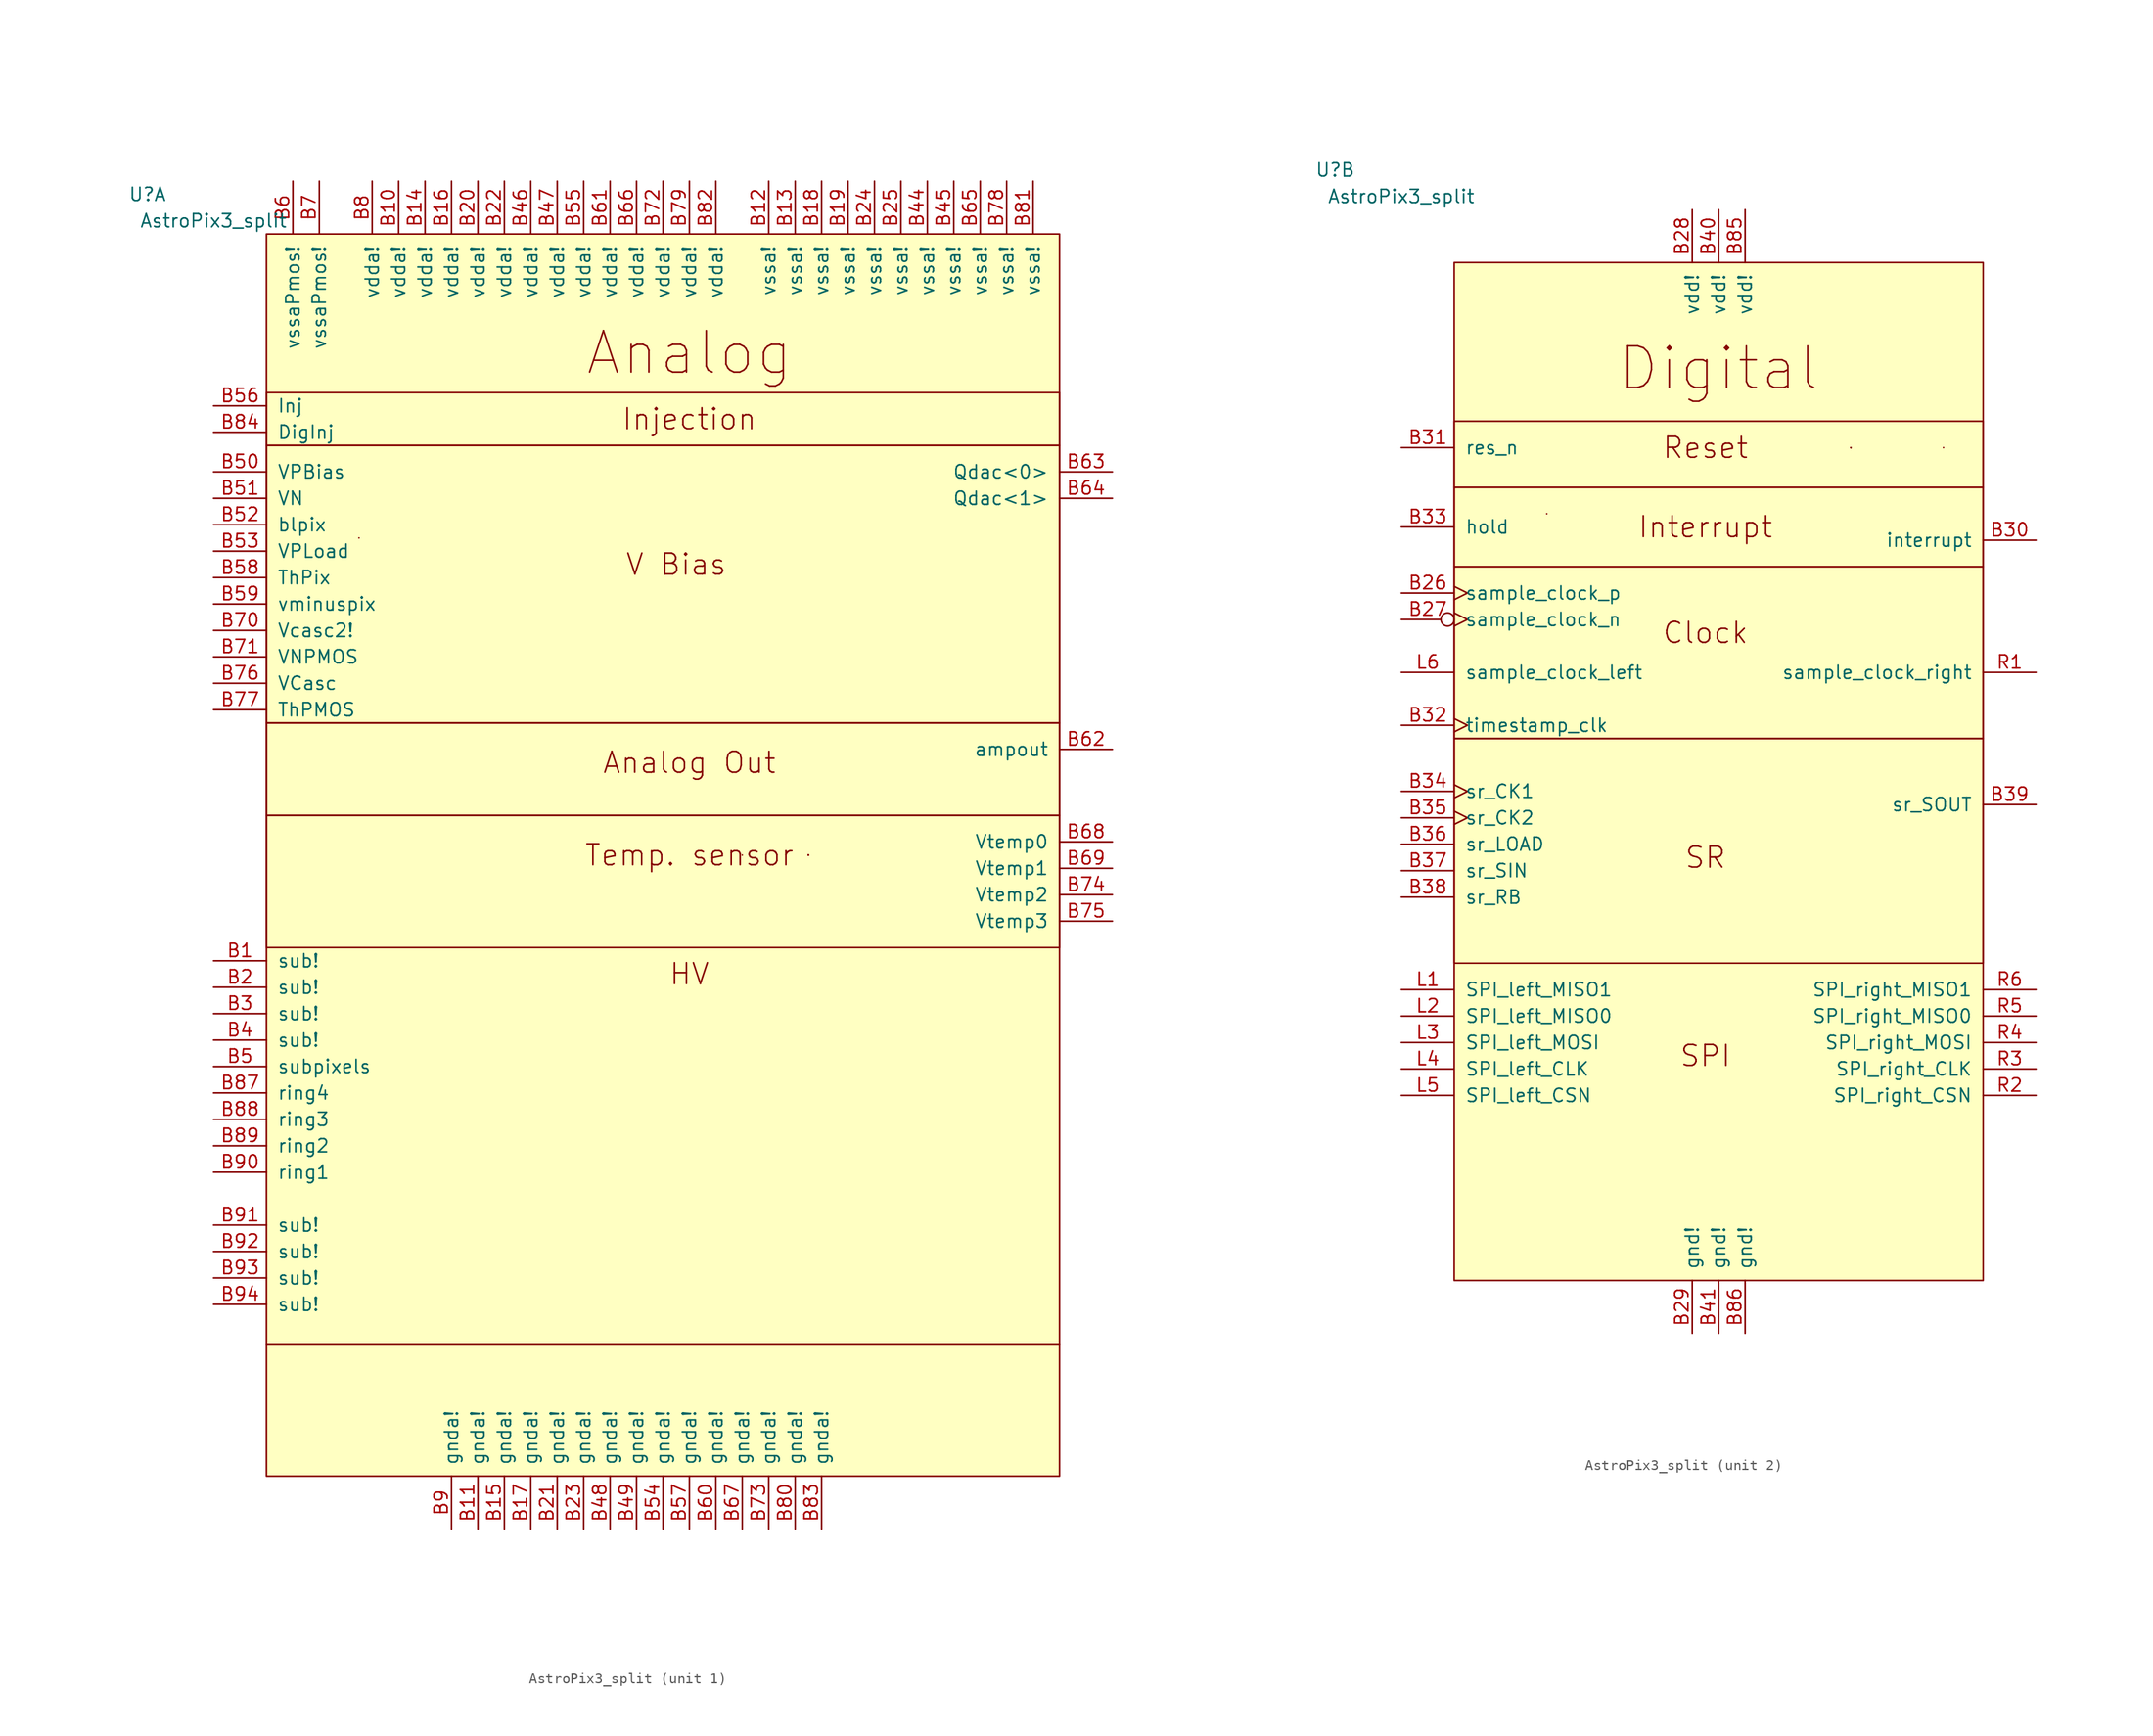
<source format=kicad_sym>
(kicad_symbol_lib
  (version 20211014)
  (generator kicad_symbol_editor)
  (symbol "AstroPix3_split"
    (pin_names
      (offset 1.016))
    (property "Reference" "U"
      (at -36.83 40.64 0)
      (effects (font (size 1.27 1.27))))
    (property "Value" "AstroPix3_split"
      (at -30.48 38.1 0)
      (effects (font (size 1.27 1.27))))
    (property "ki_locked" ""
      (at 0 0 0)
      (effects (font (size 1.27 1.27))))
    (symbol "AstroPix3_split_0_1"
      (polyline (pts (xy -16.51 7.62) (xy -16.51 7.62)) (stroke (width 0) (type default) (color 0 0 0 0)) (fill (type none))))
    (symbol "AstroPix3_split_1_1"
      (rectangle (start -25.4 -19.05) (end 50.8 -31.75) (stroke (width 0) (type default) (color 0 0 0 0)) (fill (type none)))
      (rectangle (start -25.4 -10.16) (end 50.8 -19.05) (stroke (width 0) (type default) (color 0 0 0 0)) (fill (type none)))
      (rectangle (start -25.4 16.51) (end 50.8 -10.16) (stroke (width 0) (type default) (color 0 0 0 0)) (fill (type none)))
      (rectangle (start -25.4 21.59) (end 50.8 16.51) (stroke (width 0) (type default) (color 0 0 0 0)) (fill (type none)))
      (rectangle (start -25.4 36.83) (end 50.8 -82.55) (stroke (width 0) (type default) (color 0 0 0 0)) (fill (type background)))
      (polyline (pts (xy -25.4 -69.85) (xy 50.8 -69.85)) (stroke (width 0) (type default) (color 0 0 0 0)) (fill (type none)))
      (polyline (pts (xy 20.32 -22.86) (xy 20.32 -22.86)) (stroke (width 0) (type default) (color 0 0 0 0)) (fill (type none)))
      (polyline (pts (xy 26.67 -22.86) (xy 26.67 -22.86)) (stroke (width 0) (type default) (color 0 0 0 0)) (fill (type none)))
      (polyline (pts (xy 26.67 -22.86) (xy 26.67 -22.86)) (stroke (width 0) (type default) (color 0 0 0 0)) (fill (type none)))
      (polyline (pts (xy 26.67 -22.86) (xy 26.67 -22.86)) (stroke (width 0) (type default) (color 0 0 0 0)) (fill (type none)))
      (polyline (pts (xy 26.67 -22.86) (xy 26.67 -22.86)) (stroke (width 0) (type default) (color 0 0 0 0)) (fill (type none)))
      (polyline (pts (xy 26.67 -22.86) (xy 26.67 -22.86)) (stroke (width 0) (type default) (color 0 0 0 0)) (fill (type none)))
      (text "Analog" (at 15.24 25.4 0) (effects (font (size 3.988 3.988))))
      (text "Analog Out" (at 15.24 -13.97 0) (effects (font (size 2.007 2.007))))
      (text "HV" (at 15.24 -34.29 0) (effects (font (size 2.007 2.007))))
      (text "Injection" (at 15.24 19.05 0) (effects (font (size 2.007 2.007))))
      (text "Temp. sensor" (at 15.24 -22.86 0) (effects (font (size 2.007 2.007))))
      (text "V Bias" (at 13.97 5.08 0) (effects (font (size 2.007 2.007))))
      (pin power_in line (at -30.48 -33.02 0) (length 5.08) (name "sub!" (effects (font (size 1.27 1.27)))) (number "B1" (effects (font (size 1.27 1.27)))))
      (pin power_in line (at -12.7 41.91 270) (length 5.08) (name "vdda!" (effects (font (size 1.27 1.27)))) (number "B10" (effects (font (size 1.27 1.27)))))
      (pin power_in line (at -5.08 -87.63 90) (length 5.08) (name "gnda!" (effects (font (size 1.27 1.27)))) (number "B11" (effects (font (size 1.27 1.27)))))
      (pin power_in line (at 22.86 41.91 270) (length 5.08) (name "vssa!" (effects (font (size 1.27 1.27)))) (number "B12" (effects (font (size 1.27 1.27)))))
      (pin power_in line (at 25.4 41.91 270) (length 5.08) (name "vssa!" (effects (font (size 1.27 1.27)))) (number "B13" (effects (font (size 1.27 1.27)))))
      (pin power_in line (at -10.16 41.91 270) (length 5.08) (name "vdda!" (effects (font (size 1.27 1.27)))) (number "B14" (effects (font (size 1.27 1.27)))))
      (pin power_in line (at -2.54 -87.63 90) (length 5.08) (name "gnda!" (effects (font (size 1.27 1.27)))) (number "B15" (effects (font (size 1.27 1.27)))))
      (pin power_in line (at -7.62 41.91 270) (length 5.08) (name "vdda!" (effects (font (size 1.27 1.27)))) (number "B16" (effects (font (size 1.27 1.27)))))
      (pin power_in line (at 0 -87.63 90) (length 5.08) (name "gnda!" (effects (font (size 1.27 1.27)))) (number "B17" (effects (font (size 1.27 1.27)))))
      (pin power_in line (at 27.94 41.91 270) (length 5.08) (name "vssa!" (effects (font (size 1.27 1.27)))) (number "B18" (effects (font (size 1.27 1.27)))))
      (pin power_in line (at 30.48 41.91 270) (length 5.08) (name "vssa!" (effects (font (size 1.27 1.27)))) (number "B19" (effects (font (size 1.27 1.27)))))
      (pin power_in line (at -30.48 -35.56 0) (length 5.08) (name "sub!" (effects (font (size 1.27 1.27)))) (number "B2" (effects (font (size 1.27 1.27)))))
      (pin power_in line (at -5.08 41.91 270) (length 5.08) (name "vdda!" (effects (font (size 1.27 1.27)))) (number "B20" (effects (font (size 1.27 1.27)))))
      (pin power_in line (at 2.54 -87.63 90) (length 5.08) (name "gnda!" (effects (font (size 1.27 1.27)))) (number "B21" (effects (font (size 1.27 1.27)))))
      (pin power_in line (at -2.54 41.91 270) (length 5.08) (name "vdda!" (effects (font (size 1.27 1.27)))) (number "B22" (effects (font (size 1.27 1.27)))))
      (pin power_in line (at 5.08 -87.63 90) (length 5.08) (name "gnda!" (effects (font (size 1.27 1.27)))) (number "B23" (effects (font (size 1.27 1.27)))))
      (pin power_in line (at 33.02 41.91 270) (length 5.08) (name "vssa!" (effects (font (size 1.27 1.27)))) (number "B24" (effects (font (size 1.27 1.27)))))
      (pin power_in line (at 35.56 41.91 270) (length 5.08) (name "vssa!" (effects (font (size 1.27 1.27)))) (number "B25" (effects (font (size 1.27 1.27)))))
      (pin power_in line (at -30.48 -38.1 0) (length 5.08) (name "sub!" (effects (font (size 1.27 1.27)))) (number "B3" (effects (font (size 1.27 1.27)))))
      (pin power_in line (at -30.48 -40.64 0) (length 5.08) (name "sub!" (effects (font (size 1.27 1.27)))) (number "B4" (effects (font (size 1.27 1.27)))))
      (pin no_connect line (at 53.34 -52.07 180) (length 2.54) hide (name "nc" (effects (font (size 1.27 1.27)))) (number "B42" (effects (font (size 1.27 1.27)))))
      (pin no_connect line (at 53.34 -54.61 180) (length 2.54) hide (name "nc" (effects (font (size 1.27 1.27)))) (number "B43" (effects (font (size 1.27 1.27)))))
      (pin power_in line (at 38.1 41.91 270) (length 5.08) (name "vssa!" (effects (font (size 1.27 1.27)))) (number "B44" (effects (font (size 1.27 1.27)))))
      (pin power_in line (at 40.64 41.91 270) (length 5.08) (name "vssa!" (effects (font (size 1.27 1.27)))) (number "B45" (effects (font (size 1.27 1.27)))))
      (pin power_in line (at 0 41.91 270) (length 5.08) (name "vdda!" (effects (font (size 1.27 1.27)))) (number "B46" (effects (font (size 1.27 1.27)))))
      (pin power_in line (at 2.54 41.91 270) (length 5.08) (name "vdda!" (effects (font (size 1.27 1.27)))) (number "B47" (effects (font (size 1.27 1.27)))))
      (pin power_in line (at 7.62 -87.63 90) (length 5.08) (name "gnda!" (effects (font (size 1.27 1.27)))) (number "B48" (effects (font (size 1.27 1.27)))))
      (pin power_in line (at 10.16 -87.63 90) (length 5.08) (name "gnda!" (effects (font (size 1.27 1.27)))) (number "B49" (effects (font (size 1.27 1.27)))))
      (pin power_in line (at -30.48 -43.18 0) (length 5.08) (name "subpixels" (effects (font (size 1.27 1.27)))) (number "B5" (effects (font (size 1.27 1.27)))))
      (pin input line (at -30.48 13.97 0) (length 5.08) (name "VPBias" (effects (font (size 1.27 1.27)))) (number "B50" (effects (font (size 1.27 1.27)))))
      (pin input line (at -30.48 11.43 0) (length 5.08) (name "VN" (effects (font (size 1.27 1.27)))) (number "B51" (effects (font (size 1.27 1.27)))))
      (pin input line (at -30.48 8.89 0) (length 5.08) (name "blpix" (effects (font (size 1.27 1.27)))) (number "B52" (effects (font (size 1.27 1.27)))))
      (pin input line (at -30.48 6.35 0) (length 5.08) (name "VPLoad" (effects (font (size 1.27 1.27)))) (number "B53" (effects (font (size 1.27 1.27)))))
      (pin power_in line (at 12.7 -87.63 90) (length 5.08) (name "gnda!" (effects (font (size 1.27 1.27)))) (number "B54" (effects (font (size 1.27 1.27)))))
      (pin power_in line (at 5.08 41.91 270) (length 5.08) (name "vdda!" (effects (font (size 1.27 1.27)))) (number "B55" (effects (font (size 1.27 1.27)))))
      (pin input line (at -30.48 20.32 0) (length 5.08) (name "Inj" (effects (font (size 1.27 1.27)))) (number "B56" (effects (font (size 1.27 1.27)))))
      (pin power_in line (at 15.24 -87.63 90) (length 5.08) (name "gnda!" (effects (font (size 1.27 1.27)))) (number "B57" (effects (font (size 1.27 1.27)))))
      (pin input line (at -30.48 3.81 0) (length 5.08) (name "ThPix" (effects (font (size 1.27 1.27)))) (number "B58" (effects (font (size 1.27 1.27)))))
      (pin input line (at -30.48 1.27 0) (length 5.08) (name "vminuspix" (effects (font (size 1.27 1.27)))) (number "B59" (effects (font (size 1.27 1.27)))))
      (pin power_in line (at -22.86 41.91 270) (length 5.08) (name "vssaPmos!" (effects (font (size 1.27 1.27)))) (number "B6" (effects (font (size 1.27 1.27)))))
      (pin power_in line (at 17.78 -87.63 90) (length 5.08) (name "gnda!" (effects (font (size 1.27 1.27)))) (number "B60" (effects (font (size 1.27 1.27)))))
      (pin power_in line (at 7.62 41.91 270) (length 5.08) (name "vdda!" (effects (font (size 1.27 1.27)))) (number "B61" (effects (font (size 1.27 1.27)))))
      (pin output line (at 55.88 -12.7 180) (length 5.08) (name "ampout" (effects (font (size 1.27 1.27)))) (number "B62" (effects (font (size 1.27 1.27)))))
      (pin output line (at 55.88 13.97 180) (length 5.08) (name "Qdac<0>" (effects (font (size 1.27 1.27)))) (number "B63" (effects (font (size 1.27 1.27)))))
      (pin output line (at 55.88 11.43 180) (length 5.08) (name "Qdac<1>" (effects (font (size 1.27 1.27)))) (number "B64" (effects (font (size 1.27 1.27)))))
      (pin power_in line (at 43.18 41.91 270) (length 5.08) (name "vssa!" (effects (font (size 1.27 1.27)))) (number "B65" (effects (font (size 1.27 1.27)))))
      (pin power_in line (at 10.16 41.91 270) (length 5.08) (name "vdda!" (effects (font (size 1.27 1.27)))) (number "B66" (effects (font (size 1.27 1.27)))))
      (pin power_in line (at 20.32 -87.63 90) (length 5.08) (name "gnda!" (effects (font (size 1.27 1.27)))) (number "B67" (effects (font (size 1.27 1.27)))))
      (pin output line (at 55.88 -21.59 180) (length 5.08) (name "Vtemp0" (effects (font (size 1.27 1.27)))) (number "B68" (effects (font (size 1.27 1.27)))))
      (pin output line (at 55.88 -24.13 180) (length 5.08) (name "Vtemp1" (effects (font (size 1.27 1.27)))) (number "B69" (effects (font (size 1.27 1.27)))))
      (pin power_in line (at -20.32 41.91 270) (length 5.08) (name "vssaPmos!" (effects (font (size 1.27 1.27)))) (number "B7" (effects (font (size 1.27 1.27)))))
      (pin input line (at -30.48 -1.27 0) (length 5.08) (name "Vcasc2!" (effects (font (size 1.27 1.27)))) (number "B70" (effects (font (size 1.27 1.27)))))
      (pin input line (at -30.48 -3.81 0) (length 5.08) (name "VNPMOS" (effects (font (size 1.27 1.27)))) (number "B71" (effects (font (size 1.27 1.27)))))
      (pin power_in line (at 12.7 41.91 270) (length 5.08) (name "vdda!" (effects (font (size 1.27 1.27)))) (number "B72" (effects (font (size 1.27 1.27)))))
      (pin power_in line (at 22.86 -87.63 90) (length 5.08) (name "gnda!" (effects (font (size 1.27 1.27)))) (number "B73" (effects (font (size 1.27 1.27)))))
      (pin output line (at 55.88 -26.67 180) (length 5.08) (name "Vtemp2" (effects (font (size 1.27 1.27)))) (number "B74" (effects (font (size 1.27 1.27)))))
      (pin output line (at 55.88 -29.21 180) (length 5.08) (name "Vtemp3" (effects (font (size 1.27 1.27)))) (number "B75" (effects (font (size 1.27 1.27)))))
      (pin input line (at -30.48 -6.35 0) (length 5.08) (name "VCasc" (effects (font (size 1.27 1.27)))) (number "B76" (effects (font (size 1.27 1.27)))))
      (pin input line (at -30.48 -8.89 0) (length 5.08) (name "ThPMOS" (effects (font (size 1.27 1.27)))) (number "B77" (effects (font (size 1.27 1.27)))))
      (pin power_in line (at 45.72 41.91 270) (length 5.08) (name "vssa!" (effects (font (size 1.27 1.27)))) (number "B78" (effects (font (size 1.27 1.27)))))
      (pin power_in line (at 15.24 41.91 270) (length 5.08) (name "vdda!" (effects (font (size 1.27 1.27)))) (number "B79" (effects (font (size 1.27 1.27)))))
      (pin power_in line (at -15.24 41.91 270) (length 5.08) (name "vdda!" (effects (font (size 1.27 1.27)))) (number "B8" (effects (font (size 1.27 1.27)))))
      (pin power_in line (at 25.4 -87.63 90) (length 5.08) (name "gnda!" (effects (font (size 1.27 1.27)))) (number "B80" (effects (font (size 1.27 1.27)))))
      (pin power_in line (at 48.26 41.91 270) (length 5.08) (name "vssa!" (effects (font (size 1.27 1.27)))) (number "B81" (effects (font (size 1.27 1.27)))))
      (pin power_in line (at 17.78 41.91 270) (length 5.08) (name "vdda!" (effects (font (size 1.27 1.27)))) (number "B82" (effects (font (size 1.27 1.27)))))
      (pin power_in line (at 27.94 -87.63 90) (length 5.08) (name "gnda!" (effects (font (size 1.27 1.27)))) (number "B83" (effects (font (size 1.27 1.27)))))
      (pin input line (at -30.48 17.78 0) (length 5.08) (name "DigInj" (effects (font (size 1.27 1.27)))) (number "B84" (effects (font (size 1.27 1.27)))))
      (pin input line (at -30.48 -45.72 0) (length 5.08) (name "ring4" (effects (font (size 1.27 1.27)))) (number "B87" (effects (font (size 1.27 1.27)))))
      (pin input line (at -30.48 -48.26 0) (length 5.08) (name "ring3" (effects (font (size 1.27 1.27)))) (number "B88" (effects (font (size 1.27 1.27)))))
      (pin input line (at -30.48 -50.8 0) (length 5.08) (name "ring2" (effects (font (size 1.27 1.27)))) (number "B89" (effects (font (size 1.27 1.27)))))
      (pin power_in line (at -7.62 -87.63 90) (length 5.08) (name "gnda!" (effects (font (size 1.27 1.27)))) (number "B9" (effects (font (size 1.27 1.27)))))
      (pin input line (at -30.48 -53.34 0) (length 5.08) (name "ring1" (effects (font (size 1.27 1.27)))) (number "B90" (effects (font (size 1.27 1.27)))))
      (pin power_in line (at -30.48 -58.42 0) (length 5.08) (name "sub!" (effects (font (size 1.27 1.27)))) (number "B91" (effects (font (size 1.27 1.27)))))
      (pin power_in line (at -30.48 -60.96 0) (length 5.08) (name "sub!" (effects (font (size 1.27 1.27)))) (number "B92" (effects (font (size 1.27 1.27)))))
      (pin power_in line (at -30.48 -63.5 0) (length 5.08) (name "sub!" (effects (font (size 1.27 1.27)))) (number "B93" (effects (font (size 1.27 1.27)))))
      (pin power_in line (at -30.48 -66.04 0) (length 5.08) (name "sub!" (effects (font (size 1.27 1.27)))) (number "B94" (effects (font (size 1.27 1.27))))))
    (symbol "AstroPix3_split_2_1"
      (rectangle (start -25.4 -13.97) (end 25.4 -35.56) (stroke (width 0) (type default) (color 0 0 0 0)) (fill (type none)))
      (rectangle (start -25.4 2.54) (end 25.4 -13.97) (stroke (width 0) (type default) (color 0 0 0 0)) (fill (type none)))
      (rectangle (start -25.4 2.54) (end 25.4 10.16) (stroke (width 0) (type default) (color 0 0 0 0)) (fill (type none)))
      (rectangle (start -25.4 16.51) (end 25.4 10.16) (stroke (width 0) (type default) (color 0 0 0 0)) (fill (type none)))
      (rectangle (start -25.4 31.75) (end 25.4 -66.04) (stroke (width 0) (type default) (color 0 0 0 0)) (fill (type background)))
      (polyline (pts (xy 12.7 13.97) (xy 12.7 13.97)) (stroke (width 0) (type default) (color 0 0 0 0)) (fill (type none)))
      (polyline (pts (xy 12.7 13.97) (xy 12.7 13.97)) (stroke (width 0) (type default) (color 0 0 0 0)) (fill (type none)))
      (polyline (pts (xy 12.7 13.97) (xy 12.7 13.97)) (stroke (width 0) (type default) (color 0 0 0 0)) (fill (type none)))
      (polyline (pts (xy 12.7 13.97) (xy 12.7 13.97)) (stroke (width 0) (type default) (color 0 0 0 0)) (fill (type none)))
      (polyline (pts (xy 12.7 13.97) (xy 12.7 13.97)) (stroke (width 0) (type default) (color 0 0 0 0)) (fill (type none)))
      (polyline (pts (xy 21.59 13.97) (xy 21.59 13.97)) (stroke (width 0) (type default) (color 0 0 0 0)) (fill (type none)))
      (text "Clock" (at -1.27 -3.81 0) (effects (font (size 2.007 2.007))))
      (text "Digital" (at 0 21.59 0) (effects (font (size 3.988 3.988))))
      (text "Interrupt" (at -1.27 6.35 0) (effects (font (size 2.007 2.007))))
      (text "Reset" (at -1.27 13.97 0) (effects (font (size 2.007 2.007))))
      (text "SPI" (at -1.27 -44.45 0) (effects (font (size 2.007 2.007))))
      (text "SR" (at -1.27 -25.4 0) (effects (font (size 2.007 2.007))))
      (pin input clock (at -30.48 0 0) (length 5.08) (name "sample_clock_p" (effects (font (size 1.27 1.27)))) (number "B26" (effects (font (size 1.27 1.27)))))
      (pin input inverted_clock (at -30.48 -2.54 0) (length 5.08) (name "sample_clock_n" (effects (font (size 1.27 1.27)))) (number "B27" (effects (font (size 1.27 1.27)))))
      (pin power_in line (at -2.54 36.83 270) (length 5.08) (name "vdd!" (effects (font (size 1.27 1.27)))) (number "B28" (effects (font (size 1.27 1.27)))))
      (pin power_in line (at -2.54 -71.12 90) (length 5.08) (name "gnd!" (effects (font (size 1.27 1.27)))) (number "B29" (effects (font (size 1.27 1.27)))))
      (pin open_collector line (at 30.48 5.08 180) (length 5.08) (name "interrupt" (effects (font (size 1.27 1.27)))) (number "B30" (effects (font (size 1.27 1.27)))))
      (pin input line (at -30.48 13.97 0) (length 5.08) (name "res_n" (effects (font (size 1.27 1.27)))) (number "B31" (effects (font (size 1.27 1.27)))))
      (pin input clock (at -30.48 -12.7 0) (length 5.08) (name "timestamp_clk" (effects (font (size 1.27 1.27)))) (number "B32" (effects (font (size 1.27 1.27)))))
      (pin input line (at -30.48 6.35 0) (length 5.08) (name "hold" (effects (font (size 1.27 1.27)))) (number "B33" (effects (font (size 1.27 1.27)))))
      (pin input clock (at -30.48 -19.05 0) (length 5.08) (name "sr_CK1" (effects (font (size 1.27 1.27)))) (number "B34" (effects (font (size 1.27 1.27)))))
      (pin input clock (at -30.48 -21.59 0) (length 5.08) (name "sr_CK2" (effects (font (size 1.27 1.27)))) (number "B35" (effects (font (size 1.27 1.27)))))
      (pin input line (at -30.48 -24.13 0) (length 5.08) (name "sr_LOAD" (effects (font (size 1.27 1.27)))) (number "B36" (effects (font (size 1.27 1.27)))))
      (pin input line (at -30.48 -26.67 0) (length 5.08) (name "sr_SIN" (effects (font (size 1.27 1.27)))) (number "B37" (effects (font (size 1.27 1.27)))))
      (pin input line (at -30.48 -29.21 0) (length 5.08) (name "sr_RB" (effects (font (size 1.27 1.27)))) (number "B38" (effects (font (size 1.27 1.27)))))
      (pin output line (at 30.48 -20.32 180) (length 5.08) (name "sr_SOUT" (effects (font (size 1.27 1.27)))) (number "B39" (effects (font (size 1.27 1.27)))))
      (pin power_in line (at 0 36.83 270) (length 5.08) (name "vdd!" (effects (font (size 1.27 1.27)))) (number "B40" (effects (font (size 1.27 1.27)))))
      (pin power_in line (at 0 -71.12 90) (length 5.08) (name "gnd!" (effects (font (size 1.27 1.27)))) (number "B41" (effects (font (size 1.27 1.27)))))
      (pin power_in line (at 2.54 36.83 270) (length 5.08) (name "vdd!" (effects (font (size 1.27 1.27)))) (number "B85" (effects (font (size 1.27 1.27)))))
      (pin power_in line (at 2.54 -71.12 90) (length 5.08) (name "gnd!" (effects (font (size 1.27 1.27)))) (number "B86" (effects (font (size 1.27 1.27)))))
      (pin output line (at -30.48 -38.1 0) (length 5.08) (name "SPI_left_MISO1" (effects (font (size 1.27 1.27)))) (number "L1" (effects (font (size 1.27 1.27)))))
      (pin output line (at -30.48 -40.64 0) (length 5.08) (name "SPI_left_MISO0" (effects (font (size 1.27 1.27)))) (number "L2" (effects (font (size 1.27 1.27)))))
      (pin input line (at -30.48 -43.18 0) (length 5.08) (name "SPI_left_MOSI" (effects (font (size 1.27 1.27)))) (number "L3" (effects (font (size 1.27 1.27)))))
      (pin input line (at -30.48 -45.72 0) (length 5.08) (name "SPI_left_CLK" (effects (font (size 1.27 1.27)))) (number "L4" (effects (font (size 1.27 1.27)))))
      (pin output line (at -30.48 -48.26 0) (length 5.08) (name "SPI_left_CSN" (effects (font (size 1.27 1.27)))) (number "L5" (effects (font (size 1.27 1.27)))))
      (pin input line (at -30.48 -7.62 0) (length 5.08) (name "sample_clock_left" (effects (font (size 1.27 1.27)))) (number "L6" (effects (font (size 1.27 1.27)))))
      (pin output line (at 30.48 -7.62 180) (length 5.08) (name "sample_clock_right" (effects (font (size 1.27 1.27)))) (number "R1" (effects (font (size 1.27 1.27)))))
      (pin input line (at 30.48 -48.26 180) (length 5.08) (name "SPI_right_CSN" (effects (font (size 1.27 1.27)))) (number "R2" (effects (font (size 1.27 1.27)))))
      (pin output line (at 30.48 -45.72 180) (length 5.08) (name "SPI_right_CLK" (effects (font (size 1.27 1.27)))) (number "R3" (effects (font (size 1.27 1.27)))))
      (pin output line (at 30.48 -43.18 180) (length 5.08) (name "SPI_right_MOSI" (effects (font (size 1.27 1.27)))) (number "R4" (effects (font (size 1.27 1.27)))))
      (pin input line (at 30.48 -40.64 180) (length 5.08) (name "SPI_right_MISO0" (effects (font (size 1.27 1.27)))) (number "R5" (effects (font (size 1.27 1.27)))))
      (pin input line (at 30.48 -38.1 180) (length 5.08) (name "SPI_right_MISO1" (effects (font (size 1.27 1.27)))) (number "R6" (effects (font (size 1.27 1.27))))))))
</source>
